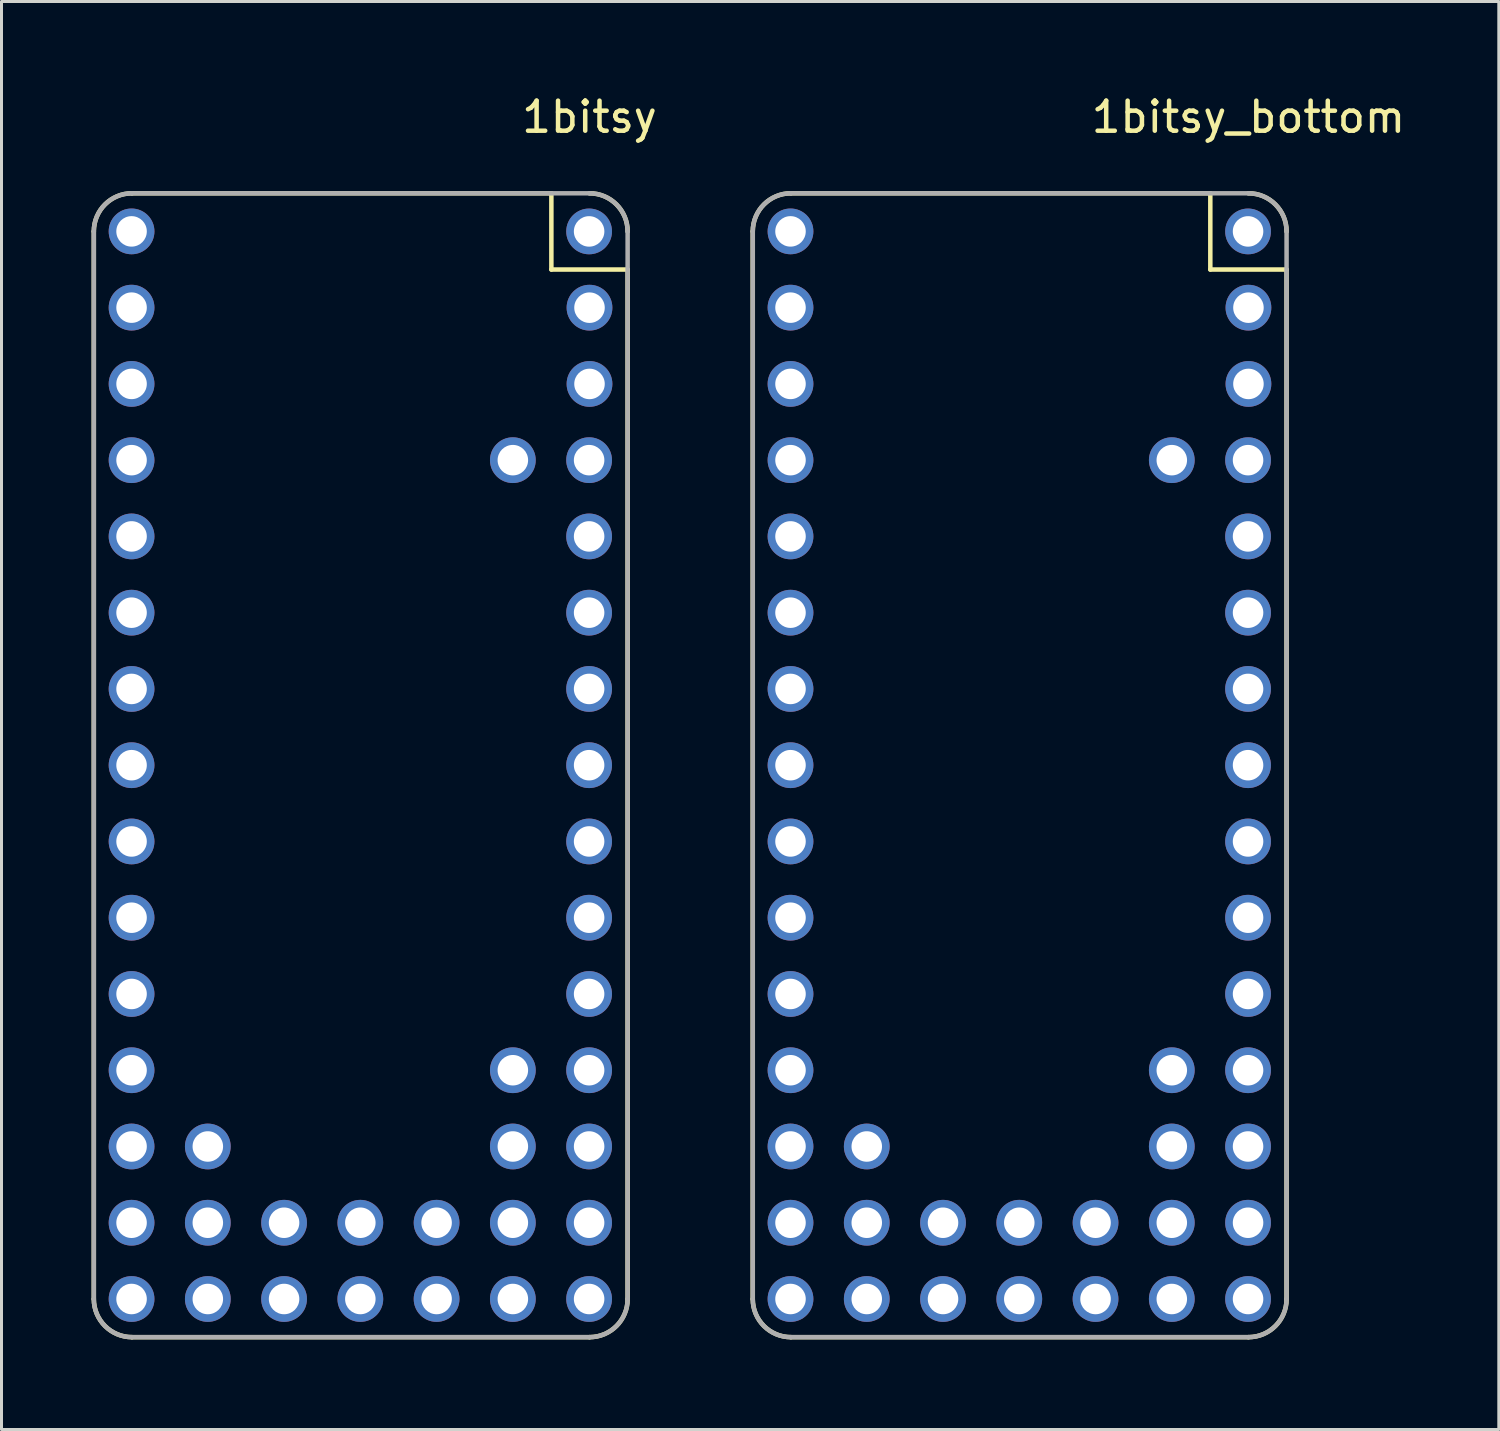
<source format=kicad_pcb>
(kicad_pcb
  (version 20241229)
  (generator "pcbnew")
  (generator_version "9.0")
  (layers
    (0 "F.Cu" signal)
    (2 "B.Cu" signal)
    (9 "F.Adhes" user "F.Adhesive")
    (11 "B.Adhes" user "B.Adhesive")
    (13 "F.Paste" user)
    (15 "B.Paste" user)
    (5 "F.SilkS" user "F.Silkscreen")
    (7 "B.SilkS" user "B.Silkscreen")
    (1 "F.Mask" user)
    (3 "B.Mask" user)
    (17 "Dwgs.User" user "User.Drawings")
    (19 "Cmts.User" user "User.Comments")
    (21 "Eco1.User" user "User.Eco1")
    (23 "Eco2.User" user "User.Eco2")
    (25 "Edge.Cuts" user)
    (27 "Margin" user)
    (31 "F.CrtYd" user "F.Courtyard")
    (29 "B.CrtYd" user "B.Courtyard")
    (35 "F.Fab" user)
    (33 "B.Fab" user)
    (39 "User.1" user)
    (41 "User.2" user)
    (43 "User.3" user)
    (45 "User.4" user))
  (footprint "1bitsy_bottom"
    (layer "F.Cu")
    (at 32.183 21.168)
    (property "Reference" "1bitsy_bottom" (at 6.35 -20.32 0) (layer "F.SilkS") (effects (font (size 1 1) (thickness 0.15))))
    (attr through_hole)
    (fp_line (start -10.16 19.05) (end -10.16 -16.51) (stroke (width 0.15) (type solid)) (layer "F.SilkS"))
    (fp_line (start 5.08 -17.78) (end -8.89 -17.78) (stroke (width 0.15) (type solid)) (layer "F.SilkS"))
    (fp_line (start 5.08 -17.78) (end 5.08 -15.24) (stroke (width 0.15) (type solid)) (layer "F.SilkS"))
    (fp_line (start 5.08 -15.24) (end 7.62 -15.24) (stroke (width 0.15) (type solid)) (layer "F.SilkS"))
    (fp_line (start 6.35 20.32) (end -8.89 20.32) (stroke (width 0.15) (type solid)) (layer "F.SilkS"))
    (fp_line (start 7.62 -15.24) (end 7.62 19.05) (stroke (width 0.15) (type solid)) (layer "F.SilkS"))
    (fp_arc (start -10.16 -16.51) (mid -9.788026 -17.408026) (end -8.89 -17.78) (stroke (width 0.15) (type solid)) (layer "F.SilkS"))
    (fp_arc (start -8.89 20.32) (mid -9.788026 19.948026) (end -10.16 19.05) (stroke (width 0.15) (type solid)) (layer "F.SilkS"))
    (fp_arc (start 6.35 -17.78) (mid 7.248026 -17.408026) (end 7.62 -16.51) (stroke (width 0.15) (type solid)) (layer "F.SilkS"))
    (fp_arc (start 7.62 19.05) (mid 7.248026 19.948026) (end 6.35 20.32) (stroke (width 0.15) (type solid)) (layer "F.SilkS"))
    (fp_line (start -10.16 -16.51) (end -10.16 19.05) (stroke (width 0.15) (type solid)) (layer "F.Fab"))
    (fp_line (start -8.89 20.32) (end 6.35 20.32) (stroke (width 0.15) (type solid)) (layer "F.Fab"))
    (fp_line (start 6.35 -17.78) (end -8.89 -17.78) (stroke (width 0.15) (type solid)) (layer "F.Fab"))
    (fp_line (start 7.62 19.05) (end 7.62 -16.51) (stroke (width 0.15) (type solid)) (layer "F.Fab"))
    (fp_arc (start -10.16 -16.51) (mid -9.788026 -17.408026) (end -8.89 -17.78) (stroke (width 0.15) (type solid)) (layer "F.Fab"))
    (fp_arc (start -8.89 20.32) (mid -9.788026 19.948026) (end -10.16 19.05) (stroke (width 0.15) (type solid)) (layer "F.Fab"))
    (fp_arc (start 6.35 -17.78) (mid 7.248026 -17.408026) (end 7.62 -16.51) (stroke (width 0.15) (type solid)) (layer "F.Fab"))
    (fp_arc (start 7.62 19.05) (mid 7.248026 19.948026) (end 6.35 20.32) (stroke (width 0.15) (type solid)) (layer "F.Fab"))
    (pad "1" thru_hole circle (at 6.337 -16.51 90) (size 1.524 1.524) (drill 1.016) (layers "*.Cu" "*.Mask"))
    (pad "2" thru_hole circle (at 6.35 -13.97 90) (size 1.524 1.524) (drill 1.016) (layers "*.Cu" "*.Mask"))
    (pad "3" thru_hole circle (at 6.35 -11.43 90) (size 1.524 1.524) (drill 1.016) (layers "*.Cu" "*.Mask"))
    (pad "4" thru_hole circle (at 6.337 -8.891 90) (size 1.524 1.524) (drill 1.016) (layers "*.Cu" "*.Mask"))
    (pad "5" thru_hole circle (at 6.337 -6.351 90) (size 1.524 1.524) (drill 1.016) (layers "*.Cu" "*.Mask"))
    (pad "6" thru_hole circle (at 6.337 -3.811 90) (size 1.524 1.524) (drill 1.016) (layers "*.Cu" "*.Mask"))
    (pad "7" thru_hole circle (at 6.337 -1.271 90) (size 1.524 1.524) (drill 1.016) (layers "*.Cu" "*.Mask"))
    (pad "8" thru_hole circle (at 6.337 1.269 90) (size 1.524 1.524) (drill 1.016) (layers "*.Cu" "*.Mask"))
    (pad "9" thru_hole circle (at 6.337 3.809 90) (size 1.524 1.524) (drill 1.016) (layers "*.Cu" "*.Mask"))
    (pad "10" thru_hole circle (at 6.337 6.349 90) (size 1.524 1.524) (drill 1.016) (layers "*.Cu" "*.Mask"))
    (pad "11" thru_hole circle (at 6.337 8.889 90) (size 1.524 1.524) (drill 1.016) (layers "*.Cu" "*.Mask"))
    (pad "12" thru_hole circle (at 6.337 11.429 90) (size 1.524 1.524) (drill 1.016) (layers "*.Cu" "*.Mask"))
    (pad "13" thru_hole circle (at 6.337 13.969 90) (size 1.524 1.524) (drill 1.016) (layers "*.Cu" "*.Mask"))
    (pad "14" thru_hole circle (at 6.337 16.509 90) (size 1.524 1.524) (drill 1.016) (layers "*.Cu" "*.Mask"))
    (pad "15" thru_hole circle (at 6.337 19.049 90) (size 1.524 1.524) (drill 1.016) (layers "*.Cu" "*.Mask"))
    (pad "16" thru_hole circle (at -8.903 19.049 90) (size 1.524 1.524) (drill 1.016) (layers "*.Cu" "*.Mask"))
    (pad "17" thru_hole circle (at -8.903 16.509 90) (size 1.524 1.524) (drill 1.016) (layers "*.Cu" "*.Mask"))
    (pad "18" thru_hole circle (at -8.903 13.969 90) (size 1.524 1.524) (drill 1.016) (layers "*.Cu" "*.Mask"))
    (pad "19" thru_hole circle (at -8.903 11.429 90) (size 1.524 1.524) (drill 1.016) (layers "*.Cu" "*.Mask"))
    (pad "20" thru_hole circle (at -8.903 8.889 90) (size 1.524 1.524) (drill 1.016) (layers "*.Cu" "*.Mask"))
    (pad "21" thru_hole circle (at -8.903 6.349 90) (size 1.524 1.524) (drill 1.016) (layers "*.Cu" "*.Mask"))
    (pad "22" thru_hole circle (at -8.903 3.809 90) (size 1.524 1.524) (drill 1.016) (layers "*.Cu" "*.Mask"))
    (pad "23" thru_hole circle (at -8.903 1.269 90) (size 1.524 1.524) (drill 1.016) (layers "*.Cu" "*.Mask"))
    (pad "24" thru_hole circle (at -8.903 -1.271 90) (size 1.524 1.524) (drill 1.016) (layers "*.Cu" "*.Mask"))
    (pad "25" thru_hole circle (at -8.903 -3.811 90) (size 1.524 1.524) (drill 1.016) (layers "*.Cu" "*.Mask"))
    (pad "26" thru_hole circle (at -8.903 -6.351 90) (size 1.524 1.524) (drill 1.016) (layers "*.Cu" "*.Mask"))
    (pad "27" thru_hole circle (at -8.903 -8.891 90) (size 1.524 1.524) (drill 1.016) (layers "*.Cu" "*.Mask"))
    (pad "28" thru_hole circle (at -8.903 -11.431 90) (size 1.524 1.524) (drill 1.016) (layers "*.Cu" "*.Mask"))
    (pad "29" thru_hole circle (at -8.903 -13.971 90) (size 1.524 1.524) (drill 1.016) (layers "*.Cu" "*.Mask"))
    (pad "30" thru_hole circle (at -8.903 -16.511 90) (size 1.524 1.524) (drill 1.016) (layers "*.Cu" "*.Mask"))
    (pad "31" thru_hole circle (at 3.797 16.509 90) (size 1.524 1.524) (drill 1.016) (layers "*.Cu" "*.Mask"))
    (pad "32" thru_hole circle (at 3.797 19.049 90) (size 1.524 1.524) (drill 1.016) (layers "*.Cu" "*.Mask"))
    (pad "33" thru_hole circle (at 1.257 16.509 90) (size 1.524 1.524) (drill 1.016) (layers "*.Cu" "*.Mask"))
    (pad "34" thru_hole circle (at 1.257 19.049 90) (size 1.524 1.524) (drill 1.016) (layers "*.Cu" "*.Mask"))
    (pad "35" thru_hole circle (at -1.283 16.509 90) (size 1.524 1.524) (drill 1.016) (layers "*.Cu" "*.Mask"))
    (pad "36" thru_hole circle (at -1.283 19.049 90) (size 1.524 1.524) (drill 1.016) (layers "*.Cu" "*.Mask"))
    (pad "37" thru_hole circle (at -3.823 16.509 90) (size 1.524 1.524) (drill 1.016) (layers "*.Cu" "*.Mask"))
    (pad "38" thru_hole circle (at -3.823 19.049 90) (size 1.524 1.524) (drill 1.016) (layers "*.Cu" "*.Mask"))
    (pad "39" thru_hole circle (at -6.363 16.509 90) (size 1.524 1.524) (drill 1.016) (layers "*.Cu" "*.Mask"))
    (pad "40" thru_hole circle (at -6.363 19.049 90) (size 1.524 1.524) (drill 1.016) (layers "*.Cu" "*.Mask"))
    (pad "41" thru_hole circle (at 3.797 -8.891 90) (size 1.524 1.524) (drill 1.016) (layers "*.Cu" "*.Mask"))
    (pad "42" thru_hole circle (at 3.797 11.429 90) (size 1.524 1.524) (drill 1.016) (layers "*.Cu" "*.Mask"))
    (pad "43" thru_hole circle (at 3.797 13.969 90) (size 1.524 1.524) (drill 1.016) (layers "*.Cu" "*.Mask"))
    (pad "44" thru_hole circle (at -6.363 13.969 90) (size 1.524 1.524) (drill 1.016) (layers "*.Cu" "*.Mask")))
  (footprint "1bitsy"
    (layer "F.Cu")
    (at 10.235 21.168)
    (property "Reference" "1bitsy" (at 6.35 -20.32 0) (layer "F.SilkS") (effects (font (size 1 1) (thickness 0.15))))
    (attr through_hole)
    (fp_line (start -10.16 19.05) (end -10.16 -16.51) (stroke (width 0.15) (type solid)) (layer "F.SilkS"))
    (fp_line (start 5.08 -17.78) (end -8.89 -17.78) (stroke (width 0.15) (type solid)) (layer "F.SilkS"))
    (fp_line (start 5.08 -17.78) (end 5.08 -15.24) (stroke (width 0.15) (type solid)) (layer "F.SilkS"))
    (fp_line (start 5.08 -15.24) (end 7.62 -15.24) (stroke (width 0.15) (type solid)) (layer "F.SilkS"))
    (fp_line (start 6.35 20.32) (end -8.89 20.32) (stroke (width 0.15) (type solid)) (layer "F.SilkS"))
    (fp_line (start 7.62 -15.24) (end 7.62 19.05) (stroke (width 0.15) (type solid)) (layer "F.SilkS"))
    (fp_arc (start -10.16 -16.51) (mid -9.788026 -17.408026) (end -8.89 -17.78) (stroke (width 0.15) (type solid)) (layer "F.SilkS"))
    (fp_arc (start -8.89 20.32) (mid -9.788026 19.948026) (end -10.16 19.05) (stroke (width 0.15) (type solid)) (layer "F.SilkS"))
    (fp_arc (start 6.35 -17.78) (mid 7.248026 -17.408026) (end 7.62 -16.51) (stroke (width 0.15) (type solid)) (layer "F.SilkS"))
    (fp_arc (start 7.62 19.05) (mid 7.248026 19.948026) (end 6.35 20.32) (stroke (width 0.15) (type solid)) (layer "F.SilkS"))
    (fp_line (start -10.16 -16.51) (end -10.16 19.05) (stroke (width 0.15) (type solid)) (layer "F.Fab"))
    (fp_line (start -8.89 20.32) (end 6.35 20.32) (stroke (width 0.15) (type solid)) (layer "F.Fab"))
    (fp_line (start 6.35 -17.78) (end -8.89 -17.78) (stroke (width 0.15) (type solid)) (layer "F.Fab"))
    (fp_line (start 7.62 19.05) (end 7.62 -16.51) (stroke (width 0.15) (type solid)) (layer "F.Fab"))
    (fp_arc (start -10.16 -16.51) (mid -9.788026 -17.408026) (end -8.89 -17.78) (stroke (width 0.15) (type solid)) (layer "F.Fab"))
    (fp_arc (start -8.89 20.32) (mid -9.788026 19.948026) (end -10.16 19.05) (stroke (width 0.15) (type solid)) (layer "F.Fab"))
    (fp_arc (start 6.35 -17.78) (mid 7.248026 -17.408026) (end 7.62 -16.51) (stroke (width 0.15) (type solid)) (layer "F.Fab"))
    (fp_arc (start 7.62 19.05) (mid 7.248026 19.948026) (end 6.35 20.32) (stroke (width 0.15) (type solid)) (layer "F.Fab"))
    (pad "1" thru_hole circle (at 6.337 -16.51 90) (size 1.524 1.524) (drill 1.016) (layers "*.Cu" "*.Mask"))
    (pad "2" thru_hole circle (at 6.35 -13.97 90) (size 1.524 1.524) (drill 1.016) (layers "*.Cu" "*.Mask"))
    (pad "3" thru_hole circle (at 6.35 -11.43 90) (size 1.524 1.524) (drill 1.016) (layers "*.Cu" "*.Mask"))
    (pad "4" thru_hole circle (at 6.337 -8.891 90) (size 1.524 1.524) (drill 1.016) (layers "*.Cu" "*.Mask"))
    (pad "5" thru_hole circle (at 6.337 -6.351 90) (size 1.524 1.524) (drill 1.016) (layers "*.Cu" "*.Mask"))
    (pad "6" thru_hole circle (at 6.337 -3.811 90) (size 1.524 1.524) (drill 1.016) (layers "*.Cu" "*.Mask"))
    (pad "7" thru_hole circle (at 6.337 -1.271 90) (size 1.524 1.524) (drill 1.016) (layers "*.Cu" "*.Mask"))
    (pad "8" thru_hole circle (at 6.337 1.269 90) (size 1.524 1.524) (drill 1.016) (layers "*.Cu" "*.Mask"))
    (pad "9" thru_hole circle (at 6.337 3.809 90) (size 1.524 1.524) (drill 1.016) (layers "*.Cu" "*.Mask"))
    (pad "10" thru_hole circle (at 6.337 6.349 90) (size 1.524 1.524) (drill 1.016) (layers "*.Cu" "*.Mask"))
    (pad "11" thru_hole circle (at 6.337 8.889 90) (size 1.524 1.524) (drill 1.016) (layers "*.Cu" "*.Mask"))
    (pad "12" thru_hole circle (at 6.337 11.429 90) (size 1.524 1.524) (drill 1.016) (layers "*.Cu" "*.Mask"))
    (pad "13" thru_hole circle (at 6.337 13.969 90) (size 1.524 1.524) (drill 1.016) (layers "*.Cu" "*.Mask"))
    (pad "14" thru_hole circle (at 6.337 16.509 90) (size 1.524 1.524) (drill 1.016) (layers "*.Cu" "*.Mask"))
    (pad "15" thru_hole circle (at 6.337 19.049 90) (size 1.524 1.524) (drill 1.016) (layers "*.Cu" "*.Mask"))
    (pad "16" thru_hole circle (at -8.903 19.049 90) (size 1.524 1.524) (drill 1.016) (layers "*.Cu" "*.Mask"))
    (pad "17" thru_hole circle (at -8.903 16.509 90) (size 1.524 1.524) (drill 1.016) (layers "*.Cu" "*.Mask"))
    (pad "18" thru_hole circle (at -8.903 13.969 90) (size 1.524 1.524) (drill 1.016) (layers "*.Cu" "*.Mask"))
    (pad "19" thru_hole circle (at -8.903 11.429 90) (size 1.524 1.524) (drill 1.016) (layers "*.Cu" "*.Mask"))
    (pad "20" thru_hole circle (at -8.903 8.889 90) (size 1.524 1.524) (drill 1.016) (layers "*.Cu" "*.Mask"))
    (pad "21" thru_hole circle (at -8.903 6.349 90) (size 1.524 1.524) (drill 1.016) (layers "*.Cu" "*.Mask"))
    (pad "22" thru_hole circle (at -8.903 3.809 90) (size 1.524 1.524) (drill 1.016) (layers "*.Cu" "*.Mask"))
    (pad "23" thru_hole circle (at -8.903 1.269 90) (size 1.524 1.524) (drill 1.016) (layers "*.Cu" "*.Mask"))
    (pad "24" thru_hole circle (at -8.903 -1.271 90) (size 1.524 1.524) (drill 1.016) (layers "*.Cu" "*.Mask"))
    (pad "25" thru_hole circle (at -8.903 -3.811 90) (size 1.524 1.524) (drill 1.016) (layers "*.Cu" "*.Mask"))
    (pad "26" thru_hole circle (at -8.903 -6.351 90) (size 1.524 1.524) (drill 1.016) (layers "*.Cu" "*.Mask"))
    (pad "27" thru_hole circle (at -8.903 -8.891 90) (size 1.524 1.524) (drill 1.016) (layers "*.Cu" "*.Mask"))
    (pad "28" thru_hole circle (at -8.903 -11.431 90) (size 1.524 1.524) (drill 1.016) (layers "*.Cu" "*.Mask"))
    (pad "29" thru_hole circle (at -8.903 -13.971 90) (size 1.524 1.524) (drill 1.016) (layers "*.Cu" "*.Mask"))
    (pad "30" thru_hole circle (at -8.903 -16.511 90) (size 1.524 1.524) (drill 1.016) (layers "*.Cu" "*.Mask"))
    (pad "31" thru_hole circle (at 3.797 16.509 90) (size 1.524 1.524) (drill 1.016) (layers "*.Cu" "*.Mask"))
    (pad "32" thru_hole circle (at 3.797 19.049 90) (size 1.524 1.524) (drill 1.016) (layers "*.Cu" "*.Mask"))
    (pad "33" thru_hole circle (at 1.257 16.509 90) (size 1.524 1.524) (drill 1.016) (layers "*.Cu" "*.Mask"))
    (pad "34" thru_hole circle (at 1.257 19.049 90) (size 1.524 1.524) (drill 1.016) (layers "*.Cu" "*.Mask"))
    (pad "35" thru_hole circle (at -1.283 16.509 90) (size 1.524 1.524) (drill 1.016) (layers "*.Cu" "*.Mask"))
    (pad "36" thru_hole circle (at -1.283 19.049 90) (size 1.524 1.524) (drill 1.016) (layers "*.Cu" "*.Mask"))
    (pad "37" thru_hole circle (at -3.823 16.509 90) (size 1.524 1.524) (drill 1.016) (layers "*.Cu" "*.Mask"))
    (pad "38" thru_hole circle (at -3.823 19.049 90) (size 1.524 1.524) (drill 1.016) (layers "*.Cu" "*.Mask"))
    (pad "39" thru_hole circle (at -6.363 16.509 90) (size 1.524 1.524) (drill 1.016) (layers "*.Cu" "*.Mask"))
    (pad "40" thru_hole circle (at -6.363 19.049 90) (size 1.524 1.524) (drill 1.016) (layers "*.Cu" "*.Mask"))
    (pad "41" thru_hole circle (at 3.797 -8.891 90) (size 1.524 1.524) (drill 1.016) (layers "*.Cu" "*.Mask"))
    (pad "42" thru_hole circle (at 3.797 11.429 90) (size 1.524 1.524) (drill 1.016) (layers "*.Cu" "*.Mask"))
    (pad "43" thru_hole circle (at 3.797 13.969 90) (size 1.524 1.524) (drill 1.016) (layers "*.Cu" "*.Mask"))
    (pad "44" thru_hole circle (at -6.363 13.969 90) (size 1.524 1.524) (drill 1.016) (layers "*.Cu" "*.Mask")))
  (gr_rect
    (start -3 -3)
    (end 46.872 44.563)
    (stroke (width 0.1) (type default))
    (fill no)
    (layer "Edge.Cuts")))
</source>
